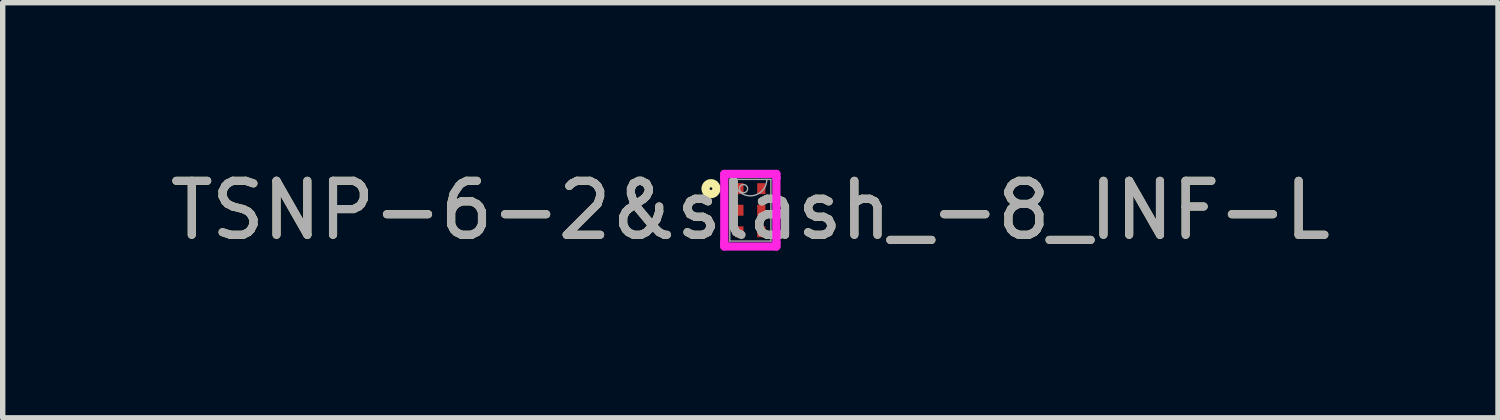
<source format=kicad_pcb>
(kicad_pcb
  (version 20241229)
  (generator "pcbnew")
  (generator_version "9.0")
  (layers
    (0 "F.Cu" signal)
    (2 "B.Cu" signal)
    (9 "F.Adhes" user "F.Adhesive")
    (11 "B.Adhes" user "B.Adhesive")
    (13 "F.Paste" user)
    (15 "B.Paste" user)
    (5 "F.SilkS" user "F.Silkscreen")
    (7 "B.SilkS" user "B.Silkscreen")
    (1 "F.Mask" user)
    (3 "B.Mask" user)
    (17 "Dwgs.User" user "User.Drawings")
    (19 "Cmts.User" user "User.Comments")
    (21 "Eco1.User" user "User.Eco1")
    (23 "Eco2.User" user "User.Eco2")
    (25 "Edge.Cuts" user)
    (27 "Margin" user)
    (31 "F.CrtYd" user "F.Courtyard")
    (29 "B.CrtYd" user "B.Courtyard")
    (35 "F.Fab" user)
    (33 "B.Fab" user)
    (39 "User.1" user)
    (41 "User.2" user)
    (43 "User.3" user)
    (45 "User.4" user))
  (footprint "TSNP-6-2&slash_-8_INF-L"
    (layer "F.Cu")
    (at 10.863 0.848)
    (property "Reference" "TSNP-6-2&slash_-8_INF-L" (at 0 0 0) (unlocked yes) (layer "F.SilkS") (effects (font (size 1 1) (thickness 0.15))))
    (attr smd)
    (fp_circle (center -0.73 -0.4) (end -0.629 -0.4) (stroke (width 0.152) (type solid)) (fill no) (layer "F.SilkS"))
    (fp_line (start -0.483 -0.673) (end 0.483 -0.673) (stroke (width 0.152) (type solid)) (layer "F.CrtYd"))
    (fp_line (start -0.483 -0.603) (end -0.483 -0.673) (stroke (width 0.152) (type solid)) (layer "F.CrtYd"))
    (fp_line (start -0.483 -0.603) (end -0.483 -0.603) (stroke (width 0.152) (type solid)) (layer "F.CrtYd"))
    (fp_line (start -0.483 0.603) (end -0.483 -0.603) (stroke (width 0.152) (type solid)) (layer "F.CrtYd"))
    (fp_line (start -0.483 0.603) (end -0.483 0.603) (stroke (width 0.152) (type solid)) (layer "F.CrtYd"))
    (fp_line (start -0.483 0.673) (end -0.483 0.603) (stroke (width 0.152) (type solid)) (layer "F.CrtYd"))
    (fp_line (start 0.483 -0.673) (end 0.483 -0.603) (stroke (width 0.152) (type solid)) (layer "F.CrtYd"))
    (fp_line (start 0.483 -0.603) (end 0.483 -0.603) (stroke (width 0.152) (type solid)) (layer "F.CrtYd"))
    (fp_line (start 0.483 -0.603) (end 0.483 0.603) (stroke (width 0.152) (type solid)) (layer "F.CrtYd"))
    (fp_line (start 0.483 0.603) (end 0.483 0.603) (stroke (width 0.152) (type solid)) (layer "F.CrtYd"))
    (fp_line (start 0.483 0.603) (end 0.483 0.673) (stroke (width 0.152) (type solid)) (layer "F.CrtYd"))
    (fp_line (start 0.483 0.673) (end -0.483 0.673) (stroke (width 0.152) (type solid)) (layer "F.CrtYd"))
    (fp_line (start -0.381 -0.572) (end -0.381 0.572) (stroke (width 0.025) (type solid)) (layer "F.Fab"))
    (fp_line (start -0.381 0.572) (end 0.381 0.572) (stroke (width 0.025) (type solid)) (layer "F.Fab"))
    (fp_line (start 0.381 -0.572) (end -0.381 -0.572) (stroke (width 0.025) (type solid)) (layer "F.Fab"))
    (fp_line (start 0.381 0.572) (end 0.381 -0.572) (stroke (width 0.025) (type solid)) (layer "F.Fab"))
    (fp_arc (start 0.3048 -0.5715) (mid 0 -0.2667) (end -0.3048 -0.5715) (stroke (width 0.0254) (type solid)) (layer "F.Fab"))
    (fp_circle (center -0.127 -0.4) (end -0.051 -0.4) (stroke (width 0.025) (type solid)) (fill no) (layer "F.Fab"))
    (fp_text user "${REFERENCE}" (at 0 0 0) (unlocked yes) (layer "F.Fab") (effects (font (size 1 1) (thickness 0.15))))
    (pad "1" smd rect (at -0.203 -0.4) (size 0.152 0.203) (layers "F.Cu" "F.Mask" "F.Paste"))
    (pad "2" smd rect (at -0.203 0) (size 0.152 0.203) (layers "F.Cu" "F.Mask" "F.Paste"))
    (pad "3" smd rect (at -0.203 0.4) (size 0.152 0.203) (layers "F.Cu" "F.Mask" "F.Paste"))
    (pad "4" smd rect (at 0.203 0.4) (size 0.152 0.203) (layers "F.Cu" "F.Mask" "F.Paste"))
    (pad "5" smd rect (at 0.203 0) (size 0.152 0.203) (layers "F.Cu" "F.Mask" "F.Paste"))
    (pad "6" smd rect (at 0.203 -0.4) (size 0.152 0.203) (layers "F.Cu" "F.Mask" "F.Paste")))
  (gr_rect
    (start -3 -3)
    (end 24.726 4.697)
    (stroke (width 0.1) (type default))
    (fill no)
    (layer "Edge.Cuts")))
</source>
